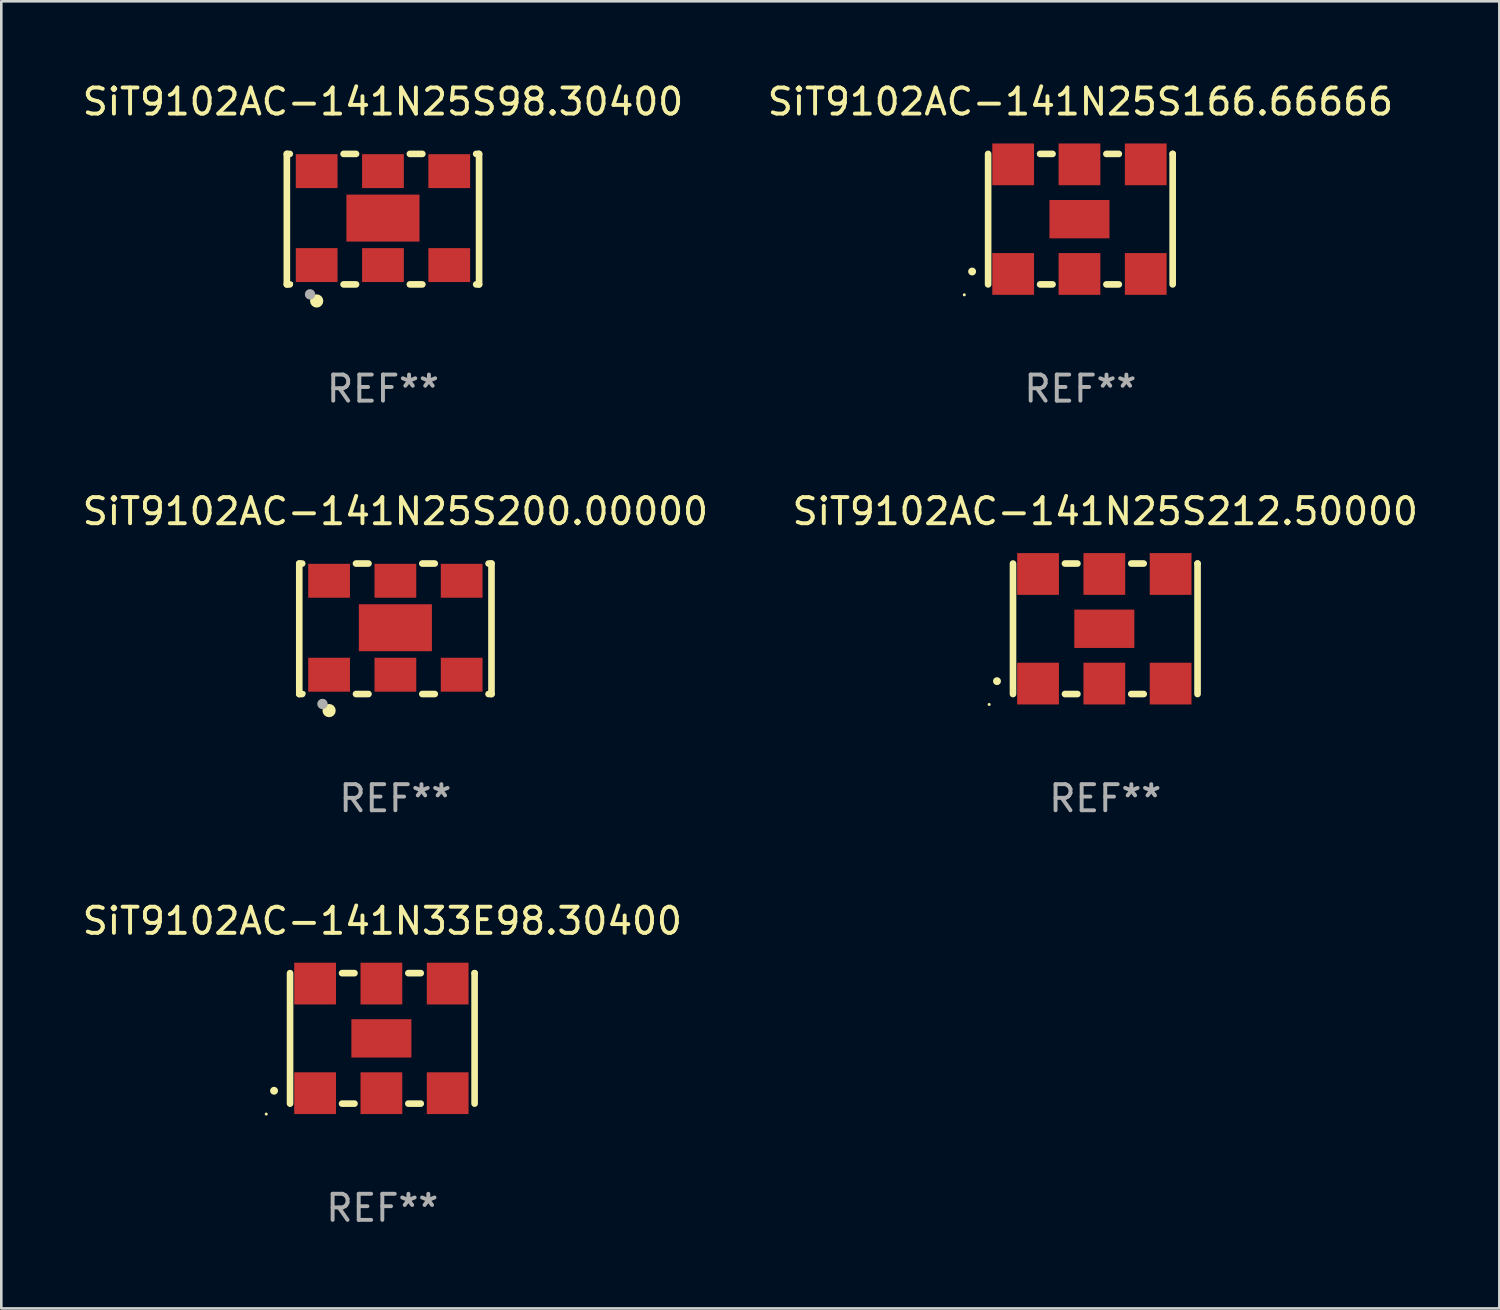
<source format=kicad_pcb>
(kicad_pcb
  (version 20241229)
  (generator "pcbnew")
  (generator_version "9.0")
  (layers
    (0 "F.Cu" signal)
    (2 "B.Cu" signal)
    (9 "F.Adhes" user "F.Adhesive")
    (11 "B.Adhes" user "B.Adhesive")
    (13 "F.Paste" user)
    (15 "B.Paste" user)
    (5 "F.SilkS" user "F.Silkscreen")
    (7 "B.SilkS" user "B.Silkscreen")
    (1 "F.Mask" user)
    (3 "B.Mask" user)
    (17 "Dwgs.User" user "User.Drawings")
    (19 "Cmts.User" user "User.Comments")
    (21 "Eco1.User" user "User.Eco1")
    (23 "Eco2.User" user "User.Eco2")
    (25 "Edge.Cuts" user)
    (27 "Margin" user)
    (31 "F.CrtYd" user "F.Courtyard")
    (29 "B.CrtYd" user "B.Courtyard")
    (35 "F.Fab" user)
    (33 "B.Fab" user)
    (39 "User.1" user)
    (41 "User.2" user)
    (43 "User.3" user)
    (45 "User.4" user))
  (footprint "SiT9102AC-141N33E98.30400"
    (layer "F.Cu")
    (at 11.601 36.741)
    (property "Reference" "SiT9102AC-141N33E98.30400" (at 0 -4.5 0) (layer "F.SilkS") (effects (font (size 1 1) (thickness 0.15))))
    (attr through_hole)
    (fp_line (start -3.536 -2.5) (end -3.536 2.5) (stroke (width 0.254) (type solid)) (layer "F.SilkS"))
    (fp_line (start -1.544 2.5) (end -1.067 2.5) (stroke (width 0.254) (type solid)) (layer "F.SilkS"))
    (fp_line (start -1.067 -2.5) (end -1.544 -2.5) (stroke (width 0.254) (type solid)) (layer "F.SilkS"))
    (fp_line (start 0.996 2.5) (end 1.473 2.5) (stroke (width 0.254) (type solid)) (layer "F.SilkS"))
    (fp_line (start 1.473 -2.5) (end 0.996 -2.5) (stroke (width 0.254) (type solid)) (layer "F.SilkS"))
    (fp_line (start 3.536 -2.5) (end 3.536 -2.5) (stroke (width 0.254) (type solid)) (layer "F.SilkS"))
    (fp_line (start 3.536 2.5) (end 3.536 -2.5) (stroke (width 0.254) (type solid)) (layer "F.SilkS"))
    (fp_arc (start -4.150432 2.006604) (mid -4.149162 2.006599) (end -4.147892 2.006604) (stroke (width 0.3) (type solid)) (layer "F.SilkS"))
    (fp_circle (center -4.449 2.9) (end -4.419 2.9) (stroke (width 0.06) (type solid)) (fill no) (layer "F.SilkS"))
    (fp_text user "REF**" (at 0 6.5 0) (layer "F.Fab") (effects (font (size 1 1) (thickness 0.15))))
    (pad "1" smd rect (at -2.576 2.1) (size 1.6 1.6) (layers "F.Cu" "F.Mask" "F.Paste"))
    (pad "2" smd rect (at -0.036 2.1) (size 1.6 1.6) (layers "F.Cu" "F.Mask" "F.Paste"))
    (pad "3" smd rect (at 2.504 2.1) (size 1.6 1.6) (layers "F.Cu" "F.Mask" "F.Paste"))
    (pad "4" smd rect (at 2.504 -2.1) (size 1.6 1.6) (layers "F.Cu" "F.Mask" "F.Paste"))
    (pad "5" smd rect (at -0.036 -2.1) (size 1.6 1.6) (layers "F.Cu" "F.Mask" "F.Paste"))
    (pad "6" smd rect (at -2.576 -2.1) (size 1.6 1.6) (layers "F.Cu" "F.Mask" "F.Paste"))
    (pad "7" smd rect (at -0.036 0) (size 2.3 1.47) (layers "F.Cu" "F.Mask" "F.Paste")))
  (footprint "SiT9102AC-141N25S166.66666"
    (layer "F.Cu")
    (at 38.351 5.348)
    (property "Reference" "SiT9102AC-141N25S166.66666" (at 0 -4.5 0) (layer "F.SilkS") (effects (font (size 1 1) (thickness 0.15))))
    (attr through_hole)
    (fp_line (start -3.536 -2.5) (end -3.536 2.5) (stroke (width 0.254) (type solid)) (layer "F.SilkS"))
    (fp_line (start -1.544 2.5) (end -1.067 2.5) (stroke (width 0.254) (type solid)) (layer "F.SilkS"))
    (fp_line (start -1.067 -2.5) (end -1.544 -2.5) (stroke (width 0.254) (type solid)) (layer "F.SilkS"))
    (fp_line (start 0.996 2.5) (end 1.473 2.5) (stroke (width 0.254) (type solid)) (layer "F.SilkS"))
    (fp_line (start 1.473 -2.5) (end 0.996 -2.5) (stroke (width 0.254) (type solid)) (layer "F.SilkS"))
    (fp_line (start 3.536 -2.5) (end 3.536 -2.5) (stroke (width 0.254) (type solid)) (layer "F.SilkS"))
    (fp_line (start 3.536 2.5) (end 3.536 -2.5) (stroke (width 0.254) (type solid)) (layer "F.SilkS"))
    (fp_arc (start -4.150432 2.006604) (mid -4.149162 2.006599) (end -4.147892 2.006604) (stroke (width 0.3) (type solid)) (layer "F.SilkS"))
    (fp_circle (center -4.449 2.9) (end -4.419 2.9) (stroke (width 0.06) (type solid)) (fill no) (layer "F.SilkS"))
    (fp_text user "REF**" (at 0 6.5 0) (layer "F.Fab") (effects (font (size 1 1) (thickness 0.15))))
    (pad "1" smd rect (at -2.576 2.1) (size 1.6 1.6) (layers "F.Cu" "F.Mask" "F.Paste"))
    (pad "2" smd rect (at -0.036 2.1) (size 1.6 1.6) (layers "F.Cu" "F.Mask" "F.Paste"))
    (pad "3" smd rect (at 2.504 2.1) (size 1.6 1.6) (layers "F.Cu" "F.Mask" "F.Paste"))
    (pad "4" smd rect (at 2.504 -2.1) (size 1.6 1.6) (layers "F.Cu" "F.Mask" "F.Paste"))
    (pad "5" smd rect (at -0.036 -2.1) (size 1.6 1.6) (layers "F.Cu" "F.Mask" "F.Paste"))
    (pad "6" smd rect (at -2.576 -2.1) (size 1.6 1.6) (layers "F.Cu" "F.Mask" "F.Paste"))
    (pad "7" smd rect (at -0.036 0) (size 2.3 1.47) (layers "F.Cu" "F.Mask" "F.Paste")))
  (footprint "SiT9102AC-141N25S200.00000"
    (layer "F.Cu")
    (at 12.101 21.045)
    (property "Reference" "SiT9102AC-141N25S200.00000" (at 0 -4.5 0) (layer "F.SilkS") (effects (font (size 1 1) (thickness 0.15))))
    (attr through_hole)
    (fp_line (start -3.683 -2.5) (end -3.571 -2.5) (stroke (width 0.254) (type solid)) (layer "F.SilkS"))
    (fp_line (start -3.683 2.5) (end -3.683 -2.5) (stroke (width 0.254) (type solid)) (layer "F.SilkS"))
    (fp_line (start -3.683 2.5) (end -3.571 2.5) (stroke (width 0.254) (type solid)) (layer "F.SilkS"))
    (fp_line (start -1.509 -2.5) (end -1.031 -2.5) (stroke (width 0.254) (type solid)) (layer "F.SilkS"))
    (fp_line (start -1.509 2.5) (end -1.031 2.5) (stroke (width 0.254) (type solid)) (layer "F.SilkS"))
    (fp_line (start 1.031 -2.5) (end 1.509 -2.5) (stroke (width 0.254) (type solid)) (layer "F.SilkS"))
    (fp_line (start 1.031 2.5) (end 1.509 2.5) (stroke (width 0.254) (type solid)) (layer "F.SilkS"))
    (fp_line (start 3.571 -2.5) (end 3.683 -2.5) (stroke (width 0.254) (type solid)) (layer "F.SilkS"))
    (fp_line (start 3.571 2.5) (end 3.683 2.5) (stroke (width 0.254) (type solid)) (layer "F.SilkS"))
    (fp_line (start 3.683 2.5) (end 3.683 -2.5) (stroke (width 0.254) (type solid)) (layer "F.SilkS"))
    (fp_circle (center -3.5 2.46) (end -3.47 2.46) (stroke (width 0.06) (type solid)) (fill no) (layer "F.SilkS"))
    (fp_circle (center -2.54 3.135) (end -2.413 3.135) (stroke (width 0.254) (type solid)) (fill no) (layer "F.SilkS"))
    (fp_circle (center -2.794 2.881) (end -2.694 2.881) (stroke (width 0.2) (type solid)) (fill no) (layer "F.Fab"))
    (fp_text user "REF**" (at 0 6.5 0) (layer "F.Fab") (effects (font (size 1 1) (thickness 0.15))))
    (pad "1" smd rect (at -2.54 1.76) (size 1.6 1.3) (layers "F.Cu" "F.Mask" "F.Paste"))
    (pad "2" smd rect (at 0 1.76) (size 1.6 1.3) (layers "F.Cu" "F.Mask" "F.Paste"))
    (pad "3" smd rect (at 2.54 1.76) (size 1.6 1.3) (layers "F.Cu" "F.Mask" "F.Paste"))
    (pad "4" smd rect (at 2.54 -1.84) (size 1.6 1.3) (layers "F.Cu" "F.Mask" "F.Paste"))
    (pad "5" smd rect (at 0 -1.84) (size 1.6 1.3) (layers "F.Cu" "F.Mask" "F.Paste"))
    (pad "6" smd rect (at -2.54 -1.84) (size 1.6 1.3) (layers "F.Cu" "F.Mask" "F.Paste"))
    (pad "7" smd rect (at 0 -0.04) (size 2.8 1.8) (layers "F.Cu" "F.Mask" "F.Paste")))
  (footprint "SiT9102AC-141N25S98.30400"
    (layer "F.Cu")
    (at 11.625 5.348)
    (property "Reference" "SiT9102AC-141N25S98.30400" (at 0 -4.5 0) (layer "F.SilkS") (effects (font (size 1 1) (thickness 0.15))))
    (attr through_hole)
    (fp_line (start -3.683 -2.5) (end -3.571 -2.5) (stroke (width 0.254) (type solid)) (layer "F.SilkS"))
    (fp_line (start -3.683 2.5) (end -3.683 -2.5) (stroke (width 0.254) (type solid)) (layer "F.SilkS"))
    (fp_line (start -3.683 2.5) (end -3.571 2.5) (stroke (width 0.254) (type solid)) (layer "F.SilkS"))
    (fp_line (start -1.509 -2.5) (end -1.031 -2.5) (stroke (width 0.254) (type solid)) (layer "F.SilkS"))
    (fp_line (start -1.509 2.5) (end -1.031 2.5) (stroke (width 0.254) (type solid)) (layer "F.SilkS"))
    (fp_line (start 1.031 -2.5) (end 1.509 -2.5) (stroke (width 0.254) (type solid)) (layer "F.SilkS"))
    (fp_line (start 1.031 2.5) (end 1.509 2.5) (stroke (width 0.254) (type solid)) (layer "F.SilkS"))
    (fp_line (start 3.571 -2.5) (end 3.683 -2.5) (stroke (width 0.254) (type solid)) (layer "F.SilkS"))
    (fp_line (start 3.571 2.5) (end 3.683 2.5) (stroke (width 0.254) (type solid)) (layer "F.SilkS"))
    (fp_line (start 3.683 2.5) (end 3.683 -2.5) (stroke (width 0.254) (type solid)) (layer "F.SilkS"))
    (fp_circle (center -3.5 2.46) (end -3.47 2.46) (stroke (width 0.06) (type solid)) (fill no) (layer "F.SilkS"))
    (fp_circle (center -2.54 3.135) (end -2.413 3.135) (stroke (width 0.254) (type solid)) (fill no) (layer "F.SilkS"))
    (fp_circle (center -2.794 2.881) (end -2.694 2.881) (stroke (width 0.2) (type solid)) (fill no) (layer "F.Fab"))
    (fp_text user "REF**" (at 0 6.5 0) (layer "F.Fab") (effects (font (size 1 1) (thickness 0.15))))
    (pad "1" smd rect (at -2.54 1.76) (size 1.6 1.3) (layers "F.Cu" "F.Mask" "F.Paste"))
    (pad "2" smd rect (at 0 1.76) (size 1.6 1.3) (layers "F.Cu" "F.Mask" "F.Paste"))
    (pad "3" smd rect (at 2.54 1.76) (size 1.6 1.3) (layers "F.Cu" "F.Mask" "F.Paste"))
    (pad "4" smd rect (at 2.54 -1.84) (size 1.6 1.3) (layers "F.Cu" "F.Mask" "F.Paste"))
    (pad "5" smd rect (at 0 -1.84) (size 1.6 1.3) (layers "F.Cu" "F.Mask" "F.Paste"))
    (pad "6" smd rect (at -2.54 -1.84) (size 1.6 1.3) (layers "F.Cu" "F.Mask" "F.Paste"))
    (pad "7" smd rect (at 0 -0.04) (size 2.8 1.8) (layers "F.Cu" "F.Mask" "F.Paste")))
  (footprint "SiT9102AC-141N25S212.50000"
    (layer "F.Cu")
    (at 39.304 21.045)
    (property "Reference" "SiT9102AC-141N25S212.50000" (at 0 -4.5 0) (layer "F.SilkS") (effects (font (size 1 1) (thickness 0.15))))
    (attr through_hole)
    (fp_line (start -3.536 -2.5) (end -3.536 2.5) (stroke (width 0.254) (type solid)) (layer "F.SilkS"))
    (fp_line (start -1.544 2.5) (end -1.067 2.5) (stroke (width 0.254) (type solid)) (layer "F.SilkS"))
    (fp_line (start -1.067 -2.5) (end -1.544 -2.5) (stroke (width 0.254) (type solid)) (layer "F.SilkS"))
    (fp_line (start 0.996 2.5) (end 1.473 2.5) (stroke (width 0.254) (type solid)) (layer "F.SilkS"))
    (fp_line (start 1.473 -2.5) (end 0.996 -2.5) (stroke (width 0.254) (type solid)) (layer "F.SilkS"))
    (fp_line (start 3.536 -2.5) (end 3.536 -2.5) (stroke (width 0.254) (type solid)) (layer "F.SilkS"))
    (fp_line (start 3.536 2.5) (end 3.536 -2.5) (stroke (width 0.254) (type solid)) (layer "F.SilkS"))
    (fp_arc (start -4.150432 2.006604) (mid -4.149162 2.006599) (end -4.147892 2.006604) (stroke (width 0.3) (type solid)) (layer "F.SilkS"))
    (fp_circle (center -4.449 2.9) (end -4.419 2.9) (stroke (width 0.06) (type solid)) (fill no) (layer "F.SilkS"))
    (fp_text user "REF**" (at 0 6.5 0) (layer "F.Fab") (effects (font (size 1 1) (thickness 0.15))))
    (pad "1" smd rect (at -2.576 2.1) (size 1.6 1.6) (layers "F.Cu" "F.Mask" "F.Paste"))
    (pad "2" smd rect (at -0.036 2.1) (size 1.6 1.6) (layers "F.Cu" "F.Mask" "F.Paste"))
    (pad "3" smd rect (at 2.504 2.1) (size 1.6 1.6) (layers "F.Cu" "F.Mask" "F.Paste"))
    (pad "4" smd rect (at 2.504 -2.1) (size 1.6 1.6) (layers "F.Cu" "F.Mask" "F.Paste"))
    (pad "5" smd rect (at -0.036 -2.1) (size 1.6 1.6) (layers "F.Cu" "F.Mask" "F.Paste"))
    (pad "6" smd rect (at -2.576 -2.1) (size 1.6 1.6) (layers "F.Cu" "F.Mask" "F.Paste"))
    (pad "7" smd rect (at -0.036 0) (size 2.3 1.47) (layers "F.Cu" "F.Mask" "F.Paste")))
  (gr_rect
    (start -3 -3)
    (end 54.405 47.09)
    (stroke (width 0.1) (type default))
    (fill no)
    (layer "Edge.Cuts")))
</source>
